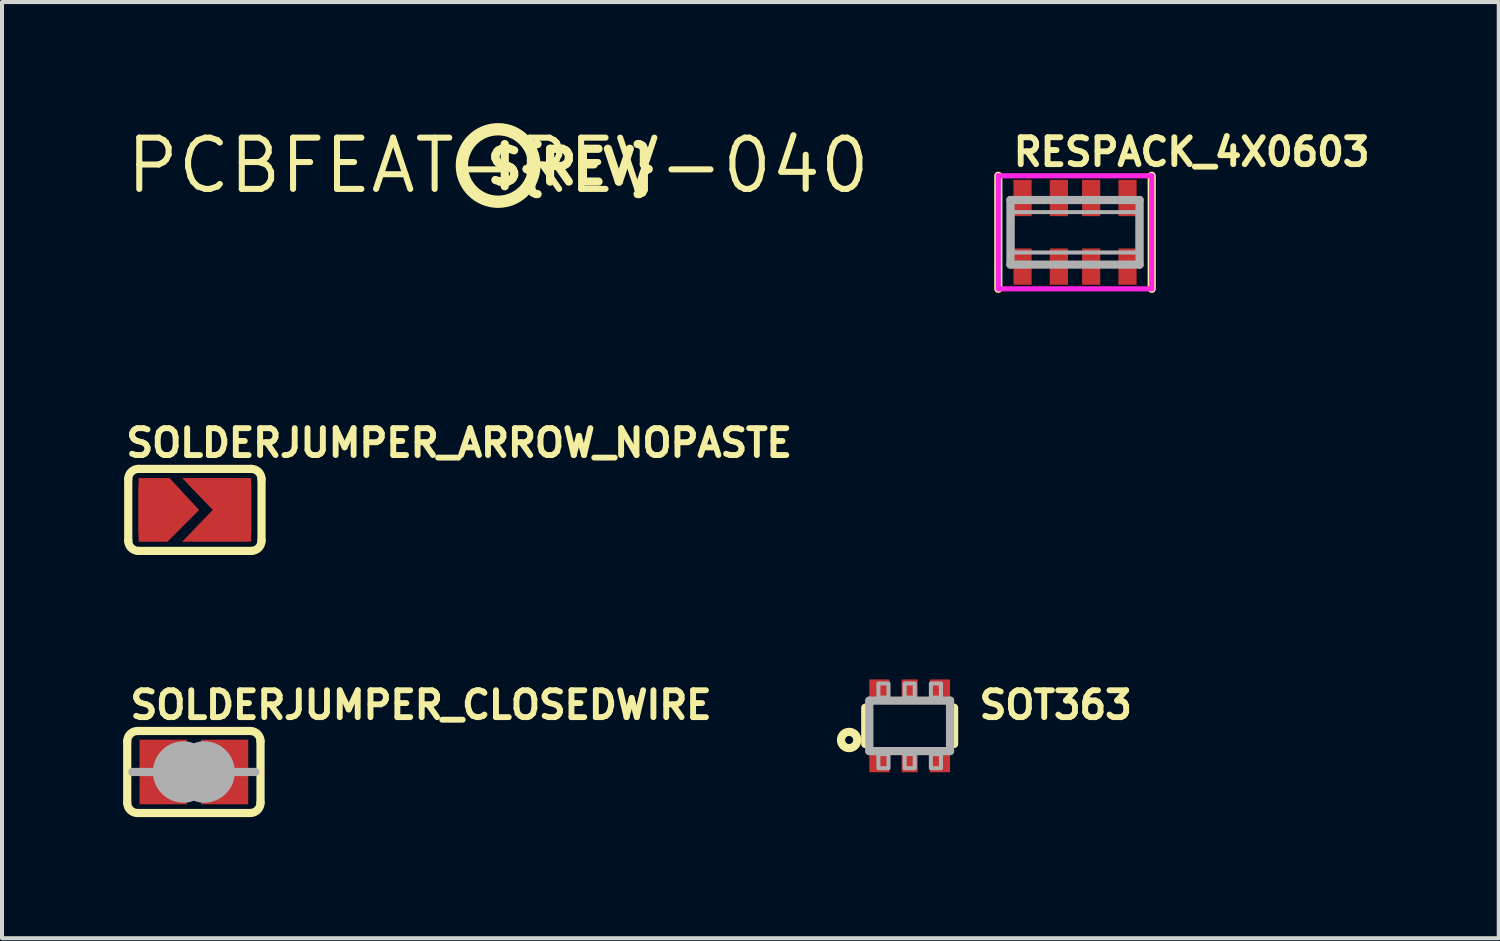
<source format=kicad_pcb>
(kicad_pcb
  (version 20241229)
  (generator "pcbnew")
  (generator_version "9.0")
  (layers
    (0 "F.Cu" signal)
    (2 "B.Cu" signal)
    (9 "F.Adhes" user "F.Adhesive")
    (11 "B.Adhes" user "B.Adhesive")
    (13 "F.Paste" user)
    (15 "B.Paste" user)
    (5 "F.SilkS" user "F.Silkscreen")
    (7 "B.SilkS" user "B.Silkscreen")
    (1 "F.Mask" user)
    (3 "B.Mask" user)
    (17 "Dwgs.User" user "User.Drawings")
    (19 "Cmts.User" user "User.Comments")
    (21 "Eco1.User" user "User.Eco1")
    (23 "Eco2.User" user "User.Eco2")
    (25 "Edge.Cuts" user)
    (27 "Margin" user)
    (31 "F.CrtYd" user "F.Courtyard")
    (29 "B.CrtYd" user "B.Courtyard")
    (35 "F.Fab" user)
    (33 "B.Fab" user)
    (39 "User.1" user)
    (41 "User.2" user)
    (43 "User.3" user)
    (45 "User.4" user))
  (footprint "SOLDERJUMPER_CLOSEDWIRE"
    (layer "F.Cu")
    (at 1.753 16.075)
    (property "Reference" "SOLDERJUMPER_CLOSEDWIRE" (at -1.651 -1.27 0) (layer "F.SilkS") (effects (font (size 0.666 0.666) (thickness 0.146)) (justify left bottom)))
    (fp_poly (pts (xy 1.397 0.889) (xy -1.397 0.889) (xy -1.397 -0.889) (xy 1.397 -0.889)) (stroke (width 0) (type default)) (fill yes) (layer "F.Mask"))
    (fp_line (start -1.651 0.762) (end -1.651 -0.762) (stroke (width 0.203) (type solid)) (layer "F.SilkS"))
    (fp_line (start -1.397 -1.016) (end 1.397 -1.016) (stroke (width 0.203) (type solid)) (layer "F.SilkS"))
    (fp_line (start 1.397 1.016) (end -1.397 1.016) (stroke (width 0.203) (type solid)) (layer "F.SilkS"))
    (fp_line (start 1.651 0.762) (end 1.651 -0.762) (stroke (width 0.203) (type solid)) (layer "F.SilkS"))
    (fp_arc (start -1.651 -0.762) (mid -1.576605 -0.941605) (end -1.397 -1.016) (stroke (width 0.2032) (type solid)) (layer "F.SilkS"))
    (fp_arc (start -1.397 1.016) (mid -1.576605 0.941605) (end -1.651 0.762) (stroke (width 0.2032) (type solid)) (layer "F.SilkS"))
    (fp_arc (start 1.397 -1.016) (mid 1.576605 -0.941605) (end 1.651 -0.762) (stroke (width 0.2032) (type solid)) (layer "F.SilkS"))
    (fp_arc (start 1.651 0.762) (mid 1.576605 0.941605) (end 1.397 1.016) (stroke (width 0.2032) (type solid)) (layer "F.SilkS"))
    (fp_line (start -1.016 0) (end -1.524 0) (stroke (width 0.203) (type solid)) (layer "F.Fab"))
    (fp_line (start 1.016 0) (end 1.524 0) (stroke (width 0.203) (type solid)) (layer "F.Fab"))
    (fp_arc (start -0.254 0.127) (mid -0.381 0) (end -0.254 -0.127) (stroke (width 1.27) (type solid)) (layer "F.Fab"))
    (fp_arc (start 0.254 -0.127) (mid 0.381 0) (end 0.254 0.127) (stroke (width 1.27) (type solid)) (layer "F.Fab"))
    (pad "1" smd rect (at -0.762 0) (size 1.168 1.6) (layers "F.Cu"))
    (pad "2" smd rect (at 0.762 0) (size 1.168 1.6) (layers "F.Cu"))
    (pad "WIRE" smd rect (at 0 0 180) (size 0.635 0.203) (layers "F.Cu")))
  (footprint "SOLDERJUMPER_ARROW_NOPASTE"
    (layer "F.Cu")
    (at 1.778 9.582)
    (property "Reference" "SOLDERJUMPER_ARROW_NOPASTE" (at -1.778 -1.27 0) (layer "F.SilkS") (effects (font (size 0.666 0.666) (thickness 0.146)) (justify left bottom)))
    (fp_poly (pts (xy 0.106 0.003) (xy -0.679 0.788) (xy -1.395 0.788) (xy -1.395 -0.788) (xy -0.627 -0.788)) (stroke (width 0) (type default)) (fill yes) (layer "F.Cu"))
    (fp_poly (pts (xy 1.395 0.788) (xy -0.316 0.788) (xy 0.443 0) (xy -0.316 -0.788) (xy 1.395 -0.788)) (stroke (width 0) (type default)) (fill yes) (layer "F.Cu"))
    (fp_poly (pts (xy -1.46 0.826) (xy 1.46 0.826) (xy 1.46 -0.826) (xy -1.46 -0.826)) (stroke (width 0) (type default)) (fill yes) (layer "F.Mask"))
    (fp_line (start -1.651 0.762) (end -1.651 -0.762) (stroke (width 0.203) (type solid)) (layer "F.SilkS"))
    (fp_line (start -1.397 -1.016) (end 1.397 -1.016) (stroke (width 0.203) (type solid)) (layer "F.SilkS"))
    (fp_line (start 1.397 1.016) (end -1.397 1.016) (stroke (width 0.203) (type solid)) (layer "F.SilkS"))
    (fp_line (start 1.651 0.762) (end 1.651 -0.762) (stroke (width 0.203) (type solid)) (layer "F.SilkS"))
    (fp_arc (start -1.651 -0.762) (mid -1.576605 -0.941605) (end -1.397 -1.016) (stroke (width 0.2032) (type solid)) (layer "F.SilkS"))
    (fp_arc (start -1.397 1.016) (mid -1.576605 0.941605) (end -1.651 0.762) (stroke (width 0.2032) (type solid)) (layer "F.SilkS"))
    (fp_arc (start 1.397 -1.016) (mid 1.576605 -0.941605) (end 1.651 -0.762) (stroke (width 0.2032) (type solid)) (layer "F.SilkS"))
    (fp_arc (start 1.651 0.762) (mid 1.576605 0.941605) (end 1.397 1.016) (stroke (width 0.2032) (type solid)) (layer "F.SilkS"))
    (pad "1" smd roundrect (at -1.016 0) (size 0.762 1.524) (layers "F.Cu") (roundrect_rratio 0.25))
    (pad "2" smd roundrect (at 1.016 0) (size 0.762 1.524) (layers "F.Cu") (roundrect_rratio 0.25)))
  (footprint "PCBFEAT-REV-040"
    (layer "F.Cu")
    (at 9.29 1.05)
    (property "Reference" "PCBFEAT-REV-040" (at 0 0 0) (layer "F.SilkS") (effects (font (size 1.27 1.27) (thickness 0.15))))
    (fp_circle (center 0 0) (end 0.898 0) (stroke (width 0.305) (type solid)) (fill no) (layer "F.SilkS"))
    (fp_text user "${REV}" (at -0.356 0.508 0) (layer "F.SilkS") (effects (font (size 0.813 0.813) (thickness 0.203)) (justify left bottom))))
  (footprint "SOT363"
    (layer "F.Cu")
    (at 19.486 14.932)
    (property "Reference" "SOT363" (at 1.651 -0.127 0) (layer "F.SilkS") (effects (font (size 0.666 0.666) (thickness 0.146)) (justify left bottom)))
    (fp_line (start -1.1 -0.45) (end -1.1 0.45) (stroke (width 0.203) (type solid)) (layer "F.SilkS"))
    (fp_line (start 1.1 -0.45) (end 1.1 0.45) (stroke (width 0.203) (type solid)) (layer "F.SilkS"))
    (fp_circle (center -1.5 0.35) (end -1.4 0.35) (stroke (width 0.203) (type solid)) (fill no) (layer "F.SilkS"))
    (fp_line (start -1 -0.625) (end 1 -0.625) (stroke (width 0.203) (type solid)) (layer "F.Fab"))
    (fp_line (start -1 0.625) (end -1 -0.625) (stroke (width 0.203) (type solid)) (layer "F.Fab"))
    (fp_line (start 1 -0.625) (end 1 0.625) (stroke (width 0.203) (type solid)) (layer "F.Fab"))
    (fp_line (start 1 0.625) (end -1 0.625) (stroke (width 0.203) (type solid)) (layer "F.Fab"))
    (fp_poly (pts (xy -0.775 -0.7) (xy -0.525 -0.7) (xy -0.525 -1.05) (xy -0.775 -1.05)) (stroke (width 0.1) (type default)) (fill no) (layer "F.Fab"))
    (fp_poly (pts (xy -0.775 1.05) (xy -0.525 1.05) (xy -0.525 0.7) (xy -0.775 0.7)) (stroke (width 0.1) (type default)) (fill no) (layer "F.Fab"))
    (fp_poly (pts (xy -0.125 -0.7) (xy 0.125 -0.7) (xy 0.125 -1.05) (xy -0.125 -1.05)) (stroke (width 0.1) (type default)) (fill no) (layer "F.Fab"))
    (fp_poly (pts (xy -0.125 1.05) (xy 0.125 1.05) (xy 0.125 0.7) (xy -0.125 0.7)) (stroke (width 0.1) (type default)) (fill no) (layer "F.Fab"))
    (fp_poly (pts (xy 0.525 -0.7) (xy 0.775 -0.7) (xy 0.775 -1.05) (xy 0.525 -1.05)) (stroke (width 0.1) (type default)) (fill no) (layer "F.Fab"))
    (fp_poly (pts (xy 0.525 1.05) (xy 0.775 1.05) (xy 0.775 0.7) (xy 0.525 0.7)) (stroke (width 0.1) (type default)) (fill no) (layer "F.Fab"))
    (pad "1" smd rect (at -0.75 0.9) (size 0.5 0.5) (layers "F.Cu" "F.Mask" "F.Paste"))
    (pad "2" smd rect (at 0 0.9) (size 0.4 0.5) (layers "F.Cu" "F.Mask" "F.Paste"))
    (pad "3" smd rect (at 0.75 0.9) (size 0.5 0.5) (layers "F.Cu" "F.Mask" "F.Paste"))
    (pad "4" smd rect (at 0.75 -0.9) (size 0.5 0.5) (layers "F.Cu" "F.Mask" "F.Paste"))
    (pad "5" smd rect (at 0 -0.9) (size 0.4 0.5) (layers "F.Cu" "F.Mask" "F.Paste"))
    (pad "6" smd rect (at -0.75 -0.9) (size 0.5 0.5) (layers "F.Cu" "F.Mask" "F.Paste")))
  (footprint "RESPACK_4X0603"
    (layer "F.Cu")
    (at 23.582 2.705)
    (property "Reference" "RESPACK_4X0603" (at -1.6 -1.6 0) (layer "F.SilkS") (effects (font (size 0.666 0.666) (thickness 0.146)) (justify left bottom)))
    (fp_line (start -1.9 1.4) (end -1.9 -1.4) (stroke (width 0.203) (type solid)) (layer "F.SilkS"))
    (fp_line (start 1.9 -1.4) (end 1.9 1.4) (stroke (width 0.203) (type solid)) (layer "F.SilkS"))
    (fp_line (start -1.9 -1.4) (end 1.9 -1.4) (stroke (width 0.127) (type solid)) (layer "F.CrtYd"))
    (fp_line (start -1.9 1.4) (end -1.9 -1.4) (stroke (width 0.127) (type solid)) (layer "F.CrtYd"))
    (fp_line (start -1.9 1.4) (end 1.9 1.4) (stroke (width 0.127) (type solid)) (layer "F.CrtYd"))
    (fp_line (start 1.9 -1.4) (end 1.9 1.4) (stroke (width 0.127) (type solid)) (layer "F.CrtYd"))
    (fp_line (start -1.6 -0.8) (end 1.6 -0.8) (stroke (width 0.203) (type solid)) (layer "F.Fab"))
    (fp_line (start -1.6 0.8) (end -1.6 -0.8) (stroke (width 0.203) (type solid)) (layer "F.Fab"))
    (fp_line (start 1.6 -0.8) (end 1.6 0.8) (stroke (width 0.203) (type solid)) (layer "F.Fab"))
    (fp_line (start 1.6 0.8) (end -1.6 0.8) (stroke (width 0.203) (type solid)) (layer "F.Fab"))
    (fp_poly (pts (xy -1.55 0.5) (xy 1.55 0.5) (xy 1.55 -0.5) (xy -1.55 -0.5)) (stroke (width 0.1) (type default)) (fill no) (layer "F.Fab"))
    (pad "1" smd rect (at -1.3 0.85) (size 0.45 0.9) (layers "F.Cu" "F.Mask" "F.Paste"))
    (pad "2" smd rect (at -0.4 0.85) (size 0.45 0.9) (layers "F.Cu" "F.Mask" "F.Paste"))
    (pad "3" smd rect (at 0.4 0.85) (size 0.45 0.9) (layers "F.Cu" "F.Mask" "F.Paste"))
    (pad "4" smd rect (at 1.3 0.85) (size 0.45 0.9) (layers "F.Cu" "F.Mask" "F.Paste"))
    (pad "5" smd rect (at 1.3 -0.85) (size 0.45 0.9) (layers "F.Cu" "F.Mask" "F.Paste"))
    (pad "6" smd rect (at 0.4 -0.85) (size 0.45 0.9) (layers "F.Cu" "F.Mask" "F.Paste"))
    (pad "7" smd rect (at -0.4 -0.85) (size 0.45 0.9) (layers "F.Cu" "F.Mask" "F.Paste"))
    (pad "8" smd rect (at -1.3 -0.85) (size 0.45 0.9) (layers "F.Cu" "F.Mask" "F.Paste")))
  (gr_rect
    (start -3 -3)
    (end 34.079 20.193)
    (stroke (width 0.1) (type default))
    (fill no)
    (layer "Edge.Cuts")))
</source>
